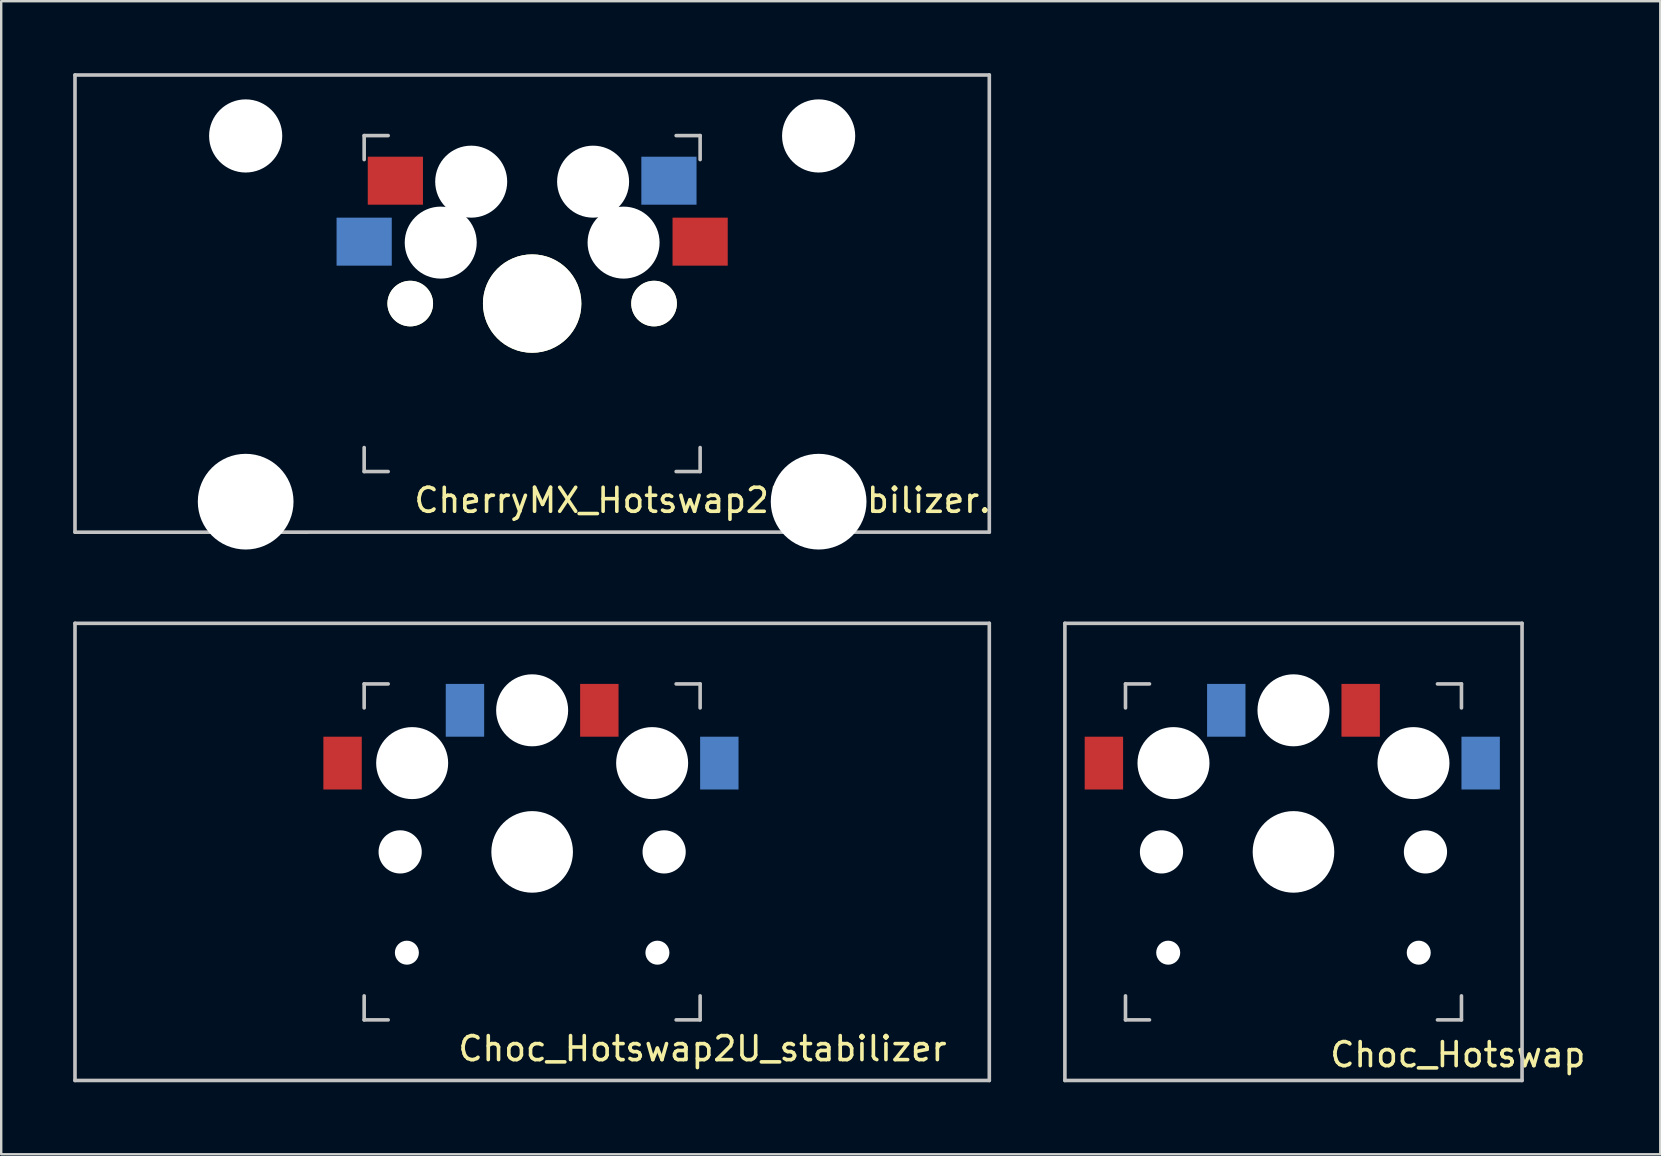
<source format=kicad_pcb>
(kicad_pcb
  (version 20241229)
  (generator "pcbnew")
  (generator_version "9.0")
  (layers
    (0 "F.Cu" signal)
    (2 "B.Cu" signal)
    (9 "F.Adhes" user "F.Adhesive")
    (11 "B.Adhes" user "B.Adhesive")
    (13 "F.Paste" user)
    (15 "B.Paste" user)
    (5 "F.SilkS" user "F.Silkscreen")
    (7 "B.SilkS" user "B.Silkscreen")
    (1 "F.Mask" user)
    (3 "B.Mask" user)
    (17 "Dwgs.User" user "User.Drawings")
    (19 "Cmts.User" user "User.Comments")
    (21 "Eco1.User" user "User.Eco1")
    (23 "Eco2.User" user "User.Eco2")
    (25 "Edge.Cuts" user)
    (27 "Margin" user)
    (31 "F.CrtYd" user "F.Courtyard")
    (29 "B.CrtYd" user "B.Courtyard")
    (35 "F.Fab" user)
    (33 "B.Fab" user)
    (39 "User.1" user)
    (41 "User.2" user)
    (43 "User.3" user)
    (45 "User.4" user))
  (footprint "CherryMX_Hotswap2U_stabilizer."
    (layer "F.Cu")
    (at 19.125 9.6)
    (property "Reference" "CherryMX_Hotswap2U_stabilizer." (at 7.1 8.2 0) (layer "F.SilkS") (effects (font (size 1 1) (thickness 0.15))))
    (attr through_hole)
    (fp_line (start -19.05 -9.525) (end 19.05 -9.525) (stroke (width 0.15) (type solid)) (layer "Dwgs.User"))
    (fp_line (start -19.05 9.525) (end -19.05 -9.525) (stroke (width 0.15) (type solid)) (layer "Dwgs.User"))
    (fp_line (start -7 -7) (end -6 -7) (stroke (width 0.15) (type solid)) (layer "Dwgs.User"))
    (fp_line (start -7 -6) (end -7 -7) (stroke (width 0.15) (type solid)) (layer "Dwgs.User"))
    (fp_line (start -7 6) (end -7 7) (stroke (width 0.15) (type solid)) (layer "Dwgs.User"))
    (fp_line (start -7 7) (end -6 7) (stroke (width 0.15) (type solid)) (layer "Dwgs.User"))
    (fp_line (start 6 7) (end 7 7) (stroke (width 0.15) (type solid)) (layer "Dwgs.User"))
    (fp_line (start 7 -7) (end 6 -7) (stroke (width 0.15) (type solid)) (layer "Dwgs.User"))
    (fp_line (start 7 -7) (end 7 -6) (stroke (width 0.15) (type solid)) (layer "Dwgs.User"))
    (fp_line (start 7 7) (end 7 6) (stroke (width 0.15) (type solid)) (layer "Dwgs.User"))
    (fp_line (start 19.05 -9.525) (end 19.05 9.525) (stroke (width 0.15) (type solid)) (layer "Dwgs.User"))
    (fp_line (start 19.05 9.525) (end -19.05 9.526) (stroke (width 0.15) (type solid)) (layer "Dwgs.User"))
    (pad "" np_thru_hole circle (at -11.938 -6.985) (size 3.048 3.048) (drill 3.048) (layers "*.Cu" "*.Mask"))
    (pad "" np_thru_hole circle (at -11.938 8.255) (size 3.988 3.988) (drill 3.988) (layers "*.Cu" "*.Mask"))
    (pad "" np_thru_hole circle (at -5.08 0) (size 1.9 1.9) (drill 1.9) (layers "*.Cu" "*.Mask" "F.SilkS"))
    (pad "" np_thru_hole circle (at -3.81 -2.54 180) (size 3 3) (drill 3) (layers "*.Cu" "*.Mask"))
    (pad "" np_thru_hole circle (at -2.54 -5.08 180) (size 3 3) (drill 3) (layers "*.Cu" "*.Mask"))
    (pad "" np_thru_hole circle (at 0 0 90) (size 4.1 4.1) (drill 4.1) (layers "*.Cu" "*.Mask" "F.SilkS"))
    (pad "" np_thru_hole circle (at 2.54 -5.08 180) (size 3 3) (drill 3) (layers "*.Cu" "*.Mask"))
    (pad "" np_thru_hole circle (at 3.81 -2.54 180) (size 3 3) (drill 3) (layers "*.Cu" "*.Mask"))
    (pad "" np_thru_hole circle (at 5.08 0) (size 1.9 1.9) (drill 1.9) (layers "*.Cu" "*.Mask" "F.SilkS"))
    (pad "" np_thru_hole circle (at 11.938 -6.985) (size 3.048 3.048) (drill 3.048) (layers "*.Cu" "*.Mask"))
    (pad "" np_thru_hole circle (at 11.938 8.255) (size 3.988 3.988) (drill 3.988) (layers "*.Cu" "*.Mask"))
    (pad "1" smd rect (at -7 -2.58 180) (size 2.3 2) (layers "B.Cu" "B.Mask" "B.Paste"))
    (pad "1" smd rect (at 7 -2.58 180) (size 2.3 2) (layers "F.Cu" "F.Mask" "F.Paste"))
    (pad "2" smd rect (at -5.7 -5.12 180) (size 2.3 2) (layers "F.Cu" "F.Mask" "F.Paste"))
    (pad "2" smd rect (at 5.7 -5.12 180) (size 2.3 2) (layers "B.Cu" "B.Mask" "B.Paste")))
  (footprint "Choc_Hotswap2U_stabilizer"
    (layer "F.Cu")
    (at 19.125 32.449)
    (property "Reference" "Choc_Hotswap2U_stabilizer" (at 7.1 8.2 0) (layer "F.SilkS") (effects (font (size 1 1) (thickness 0.15))))
    (attr through_hole)
    (fp_line (start -19.05 -9.525) (end 19.05 -9.525) (stroke (width 0.15) (type solid)) (layer "Dwgs.User"))
    (fp_line (start -19.05 9.525) (end -19.05 -9.525) (stroke (width 0.15) (type solid)) (layer "Dwgs.User"))
    (fp_line (start -7 -7) (end -6 -7) (stroke (width 0.15) (type solid)) (layer "Dwgs.User"))
    (fp_line (start -7 -6) (end -7 -7) (stroke (width 0.15) (type solid)) (layer "Dwgs.User"))
    (fp_line (start -7 6) (end -7 7) (stroke (width 0.15) (type solid)) (layer "Dwgs.User"))
    (fp_line (start -7 7) (end -6 7) (stroke (width 0.15) (type solid)) (layer "Dwgs.User"))
    (fp_line (start 6 7) (end 7 7) (stroke (width 0.15) (type solid)) (layer "Dwgs.User"))
    (fp_line (start 7 -7) (end 6 -7) (stroke (width 0.15) (type solid)) (layer "Dwgs.User"))
    (fp_line (start 7 -7) (end 7 -6) (stroke (width 0.15) (type solid)) (layer "Dwgs.User"))
    (fp_line (start 7 7) (end 7 6) (stroke (width 0.15) (type solid)) (layer "Dwgs.User"))
    (fp_line (start 19.05 -9.525) (end 19.05 9.525) (stroke (width 0.15) (type solid)) (layer "Dwgs.User"))
    (fp_line (start 19.05 9.525) (end -19.05 9.526) (stroke (width 0.15) (type solid)) (layer "Dwgs.User"))
    (pad "" np_thru_hole circle (at -5.5 0 270) (size 1.8 1.8) (drill 1.8) (layers "*.Cu" "*.Mask"))
    (pad "" np_thru_hole circle (at -5.22 4.2) (size 1 1) (drill 1) (layers "*.Cu" "*.Mask"))
    (pad "" np_thru_hole circle (at -5 -3.7 90) (size 3 3) (drill 3) (layers "*.Cu" "*.Mask"))
    (pad "" np_thru_hole circle (at 0 -5.9 270) (size 3 3) (drill 3) (layers "*.Cu" "*.Mask"))
    (pad "" np_thru_hole circle (at 0 0 270) (size 3.4 3.4) (drill 3.4) (layers "*.Cu" "*.Mask"))
    (pad "" np_thru_hole circle (at 5 -3.7 270) (size 3 3) (drill 3) (layers "*.Cu" "*.Mask"))
    (pad "" np_thru_hole circle (at 5.22 4.2) (size 1 1) (drill 1) (layers "*.Cu" "*.Mask"))
    (pad "" np_thru_hole circle (at 5.5 0 270) (size 1.8 1.8) (drill 1.8) (layers "*.Cu" "*.Mask"))
    (pad "1" smd rect (at -7.9 -3.7) (size 1.6 2.2) (layers "F.Cu" "F.Mask" "F.Paste"))
    (pad "1" smd rect (at 7.8 -3.7) (size 1.6 2.2) (layers "B.Cu" "B.Mask" "B.Paste"))
    (pad "2" smd rect (at -2.8 -5.9) (size 1.6 2.2) (layers "B.Cu" "B.Mask" "B.Paste"))
    (pad "2" smd rect (at 2.8 -5.9) (size 1.6 2.2) (layers "F.Cu" "F.Mask" "F.Paste")))
  (footprint "Choc_Hotswap"
    (layer "F.Cu")
    (at 50.85 32.449)
    (property "Reference" "Choc_Hotswap" (at 6.85 8.45 180) (layer "F.SilkS") (effects (font (size 1 1) (thickness 0.15))))
    (attr through_hole)
    (fp_line (start -9.525 -9.525) (end 9.525 -9.525) (stroke (width 0.15) (type solid)) (layer "Dwgs.User"))
    (fp_line (start -9.525 9.525) (end -9.525 -9.525) (stroke (width 0.15) (type solid)) (layer "Dwgs.User"))
    (fp_line (start -7 -7) (end -7 -6) (stroke (width 0.15) (type solid)) (layer "Dwgs.User"))
    (fp_line (start -7 6) (end -7 7) (stroke (width 0.15) (type solid)) (layer "Dwgs.User"))
    (fp_line (start -7 7) (end -6 7) (stroke (width 0.15) (type solid)) (layer "Dwgs.User"))
    (fp_line (start -6 -7) (end -7 -7) (stroke (width 0.15) (type solid)) (layer "Dwgs.User"))
    (fp_line (start 6 -7) (end 7 -7) (stroke (width 0.15) (type solid)) (layer "Dwgs.User"))
    (fp_line (start 7 -7) (end 7 -6) (stroke (width 0.15) (type solid)) (layer "Dwgs.User"))
    (fp_line (start 7 6) (end 7 7) (stroke (width 0.15) (type solid)) (layer "Dwgs.User"))
    (fp_line (start 7 7) (end 6 7) (stroke (width 0.15) (type solid)) (layer "Dwgs.User"))
    (fp_line (start 9.525 -9.525) (end 9.525 9.525) (stroke (width 0.15) (type solid)) (layer "Dwgs.User"))
    (fp_line (start 9.525 9.525) (end -9.525 9.525) (stroke (width 0.15) (type solid)) (layer "Dwgs.User"))
    (pad "" np_thru_hole circle (at -5.5 0 270) (size 1.8 1.8) (drill 1.8) (layers "*.Cu" "*.Mask"))
    (pad "" np_thru_hole circle (at -5.22 4.2) (size 1 1) (drill 1) (layers "*.Cu" "*.Mask"))
    (pad "" np_thru_hole circle (at -5 -3.7 90) (size 3 3) (drill 3) (layers "*.Cu" "*.Mask"))
    (pad "" np_thru_hole circle (at 0 -5.9 270) (size 3 3) (drill 3) (layers "*.Cu" "*.Mask"))
    (pad "" np_thru_hole circle (at 0 0 270) (size 3.4 3.4) (drill 3.4) (layers "*.Cu" "*.Mask"))
    (pad "" np_thru_hole circle (at 5 -3.7 270) (size 3 3) (drill 3) (layers "*.Cu" "*.Mask"))
    (pad "" np_thru_hole circle (at 5.22 4.2) (size 1 1) (drill 1) (layers "*.Cu" "*.Mask"))
    (pad "" np_thru_hole circle (at 5.5 0 270) (size 1.8 1.8) (drill 1.8) (layers "*.Cu" "*.Mask"))
    (pad "1" smd rect (at -7.9 -3.7) (size 1.6 2.2) (layers "F.Cu" "F.Mask" "F.Paste"))
    (pad "1" smd rect (at 7.8 -3.7) (size 1.6 2.2) (layers "B.Cu" "B.Mask" "B.Paste"))
    (pad "2" smd rect (at -2.8 -5.9) (size 1.6 2.2) (layers "B.Cu" "B.Mask" "B.Paste"))
    (pad "2" smd rect (at 2.8 -5.9) (size 1.6 2.2) (layers "F.Cu" "F.Mask" "F.Paste")))
  (gr_rect
    (start -3 -3)
    (end 66.135 45.05)
    (stroke (width 0.1) (type default))
    (fill no)
    (layer "Edge.Cuts")))
</source>
